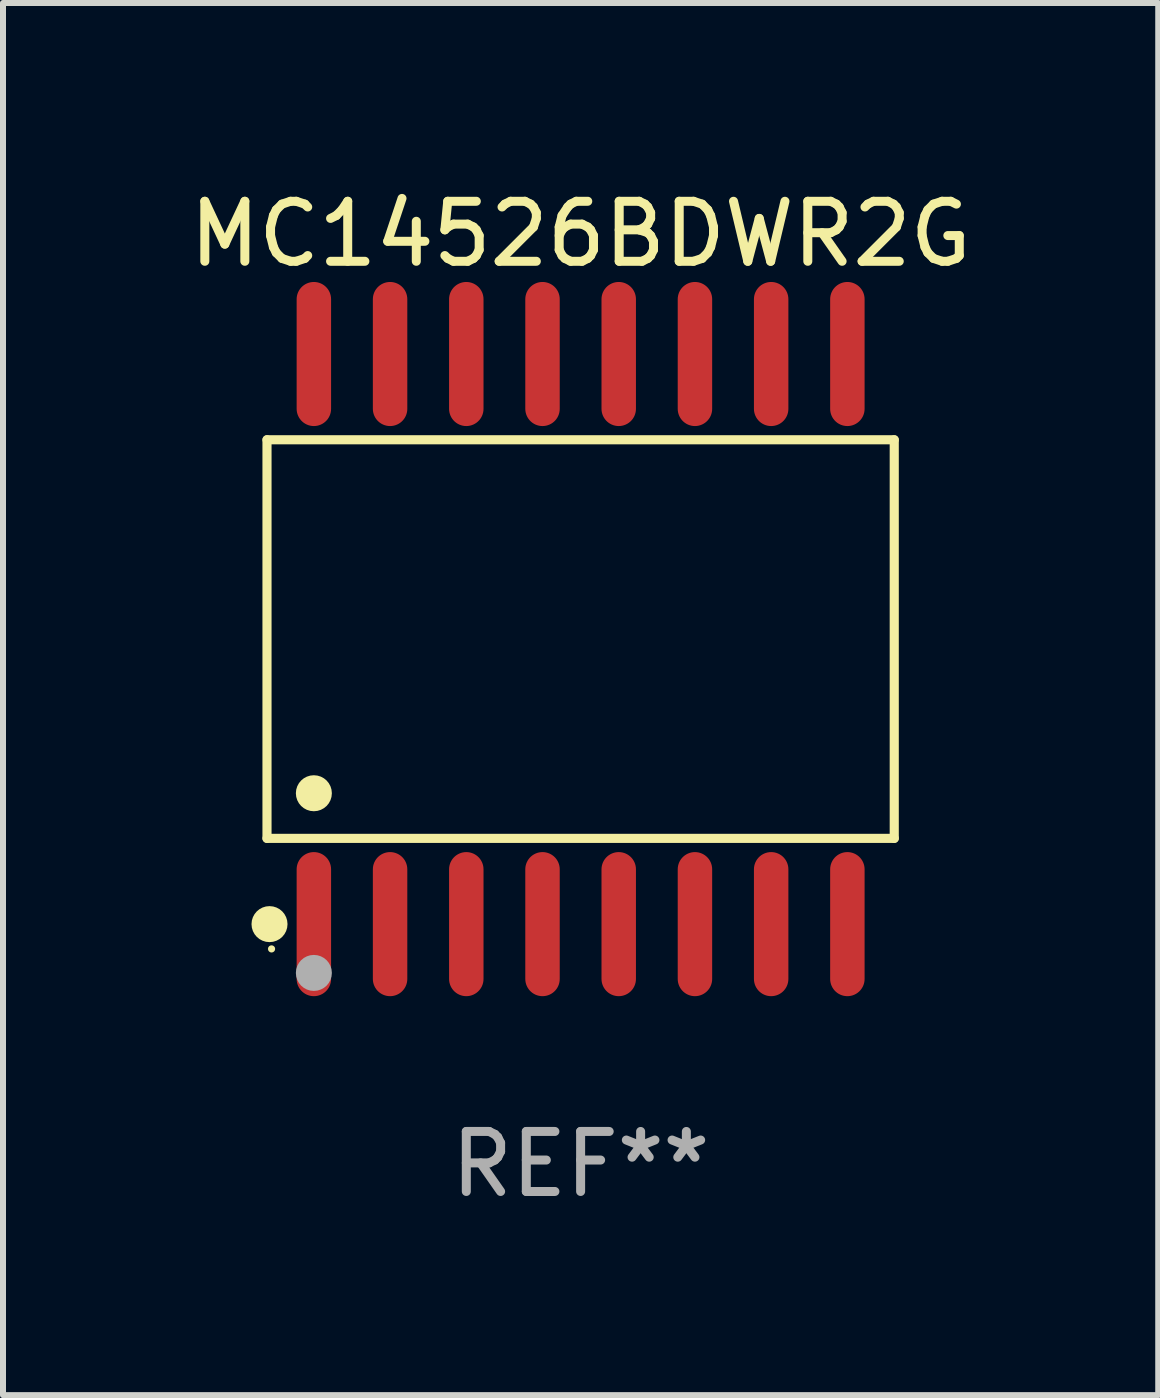
<source format=kicad_pcb>
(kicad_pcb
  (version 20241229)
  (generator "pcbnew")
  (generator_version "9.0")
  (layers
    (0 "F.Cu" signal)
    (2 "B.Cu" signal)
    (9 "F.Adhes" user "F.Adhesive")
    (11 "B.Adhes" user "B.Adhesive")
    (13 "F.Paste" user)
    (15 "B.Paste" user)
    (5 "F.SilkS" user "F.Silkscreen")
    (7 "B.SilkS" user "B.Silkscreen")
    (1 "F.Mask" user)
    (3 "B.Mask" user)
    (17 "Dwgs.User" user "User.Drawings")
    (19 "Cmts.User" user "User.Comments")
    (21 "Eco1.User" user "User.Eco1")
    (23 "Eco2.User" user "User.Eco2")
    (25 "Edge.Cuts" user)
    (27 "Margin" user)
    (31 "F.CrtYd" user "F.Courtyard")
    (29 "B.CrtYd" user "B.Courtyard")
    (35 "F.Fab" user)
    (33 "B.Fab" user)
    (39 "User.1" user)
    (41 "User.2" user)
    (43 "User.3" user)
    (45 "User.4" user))
  (footprint "MC14526BDWR2G"
    (layer "F.Cu")
    (at 6.625 7.599)
    (property "Reference" "MC14526BDWR2G" (at 0 -6.75 0) (layer "F.SilkS") (effects (font (size 1 1) (thickness 0.15))))
    (attr through_hole)
    (fp_line (start -5.226 -3.321) (end 5.226 -3.321) (stroke (width 0.152) (type solid)) (layer "F.SilkS"))
    (fp_line (start -5.226 3.321) (end -5.226 -3.321) (stroke (width 0.152) (type solid)) (layer "F.SilkS"))
    (fp_line (start 5.226 -3.321) (end 5.226 3.321) (stroke (width 0.152) (type solid)) (layer "F.SilkS"))
    (fp_line (start 5.226 3.321) (end -5.226 3.321) (stroke (width 0.152) (type solid)) (layer "F.SilkS"))
    (fp_circle (center -5.184 4.75) (end -5.034 4.75) (stroke (width 0.3) (type solid)) (fill no) (layer "F.SilkS"))
    (fp_circle (center -5.15 5.163) (end -5.12 5.163) (stroke (width 0.06) (type solid)) (fill no) (layer "F.SilkS"))
    (fp_circle (center -4.445 2.569) (end -4.295 2.569) (stroke (width 0.3) (type solid)) (fill no) (layer "F.SilkS"))
    (fp_circle (center -4.445 5.563) (end -4.295 5.563) (stroke (width 0.3) (type solid)) (fill no) (layer "F.Fab"))
    (fp_text user "REF**" (at 0 8.75 0) (layer "F.Fab") (effects (font (size 1 1) (thickness 0.15))))
    (pad "1" smd oval (at -4.445 4.75) (size 0.574 2.401) (layers "F.Cu" "F.Mask" "F.Paste"))
    (pad "2" smd oval (at -3.175 4.75) (size 0.574 2.401) (layers "F.Cu" "F.Mask" "F.Paste"))
    (pad "3" smd oval (at -1.905 4.75) (size 0.574 2.401) (layers "F.Cu" "F.Mask" "F.Paste"))
    (pad "4" smd oval (at -0.635 4.75) (size 0.574 2.401) (layers "F.Cu" "F.Mask" "F.Paste"))
    (pad "5" smd oval (at 0.635 4.75) (size 0.574 2.401) (layers "F.Cu" "F.Mask" "F.Paste"))
    (pad "6" smd oval (at 1.905 4.75) (size 0.574 2.401) (layers "F.Cu" "F.Mask" "F.Paste"))
    (pad "7" smd oval (at 3.175 4.75) (size 0.574 2.401) (layers "F.Cu" "F.Mask" "F.Paste"))
    (pad "8" smd oval (at 4.445 4.75) (size 0.574 2.401) (layers "F.Cu" "F.Mask" "F.Paste"))
    (pad "9" smd oval (at 4.445 -4.75) (size 0.574 2.401) (layers "F.Cu" "F.Mask" "F.Paste"))
    (pad "10" smd oval (at 3.175 -4.75) (size 0.574 2.401) (layers "F.Cu" "F.Mask" "F.Paste"))
    (pad "11" smd oval (at 1.905 -4.75) (size 0.574 2.401) (layers "F.Cu" "F.Mask" "F.Paste"))
    (pad "12" smd oval (at 0.635 -4.75) (size 0.574 2.401) (layers "F.Cu" "F.Mask" "F.Paste"))
    (pad "13" smd oval (at -0.635 -4.75) (size 0.574 2.401) (layers "F.Cu" "F.Mask" "F.Paste"))
    (pad "14" smd oval (at -1.905 -4.75) (size 0.574 2.401) (layers "F.Cu" "F.Mask" "F.Paste"))
    (pad "15" smd oval (at -3.175 -4.75) (size 0.574 2.401) (layers "F.Cu" "F.Mask" "F.Paste"))
    (pad "16" smd oval (at -4.445 -4.75) (size 0.574 2.401) (layers "F.Cu" "F.Mask" "F.Paste")))
  (gr_rect
    (start -3 -3)
    (end 16.25 20.197)
    (stroke (width 0.1) (type default))
    (fill no)
    (layer "Edge.Cuts")))
</source>
